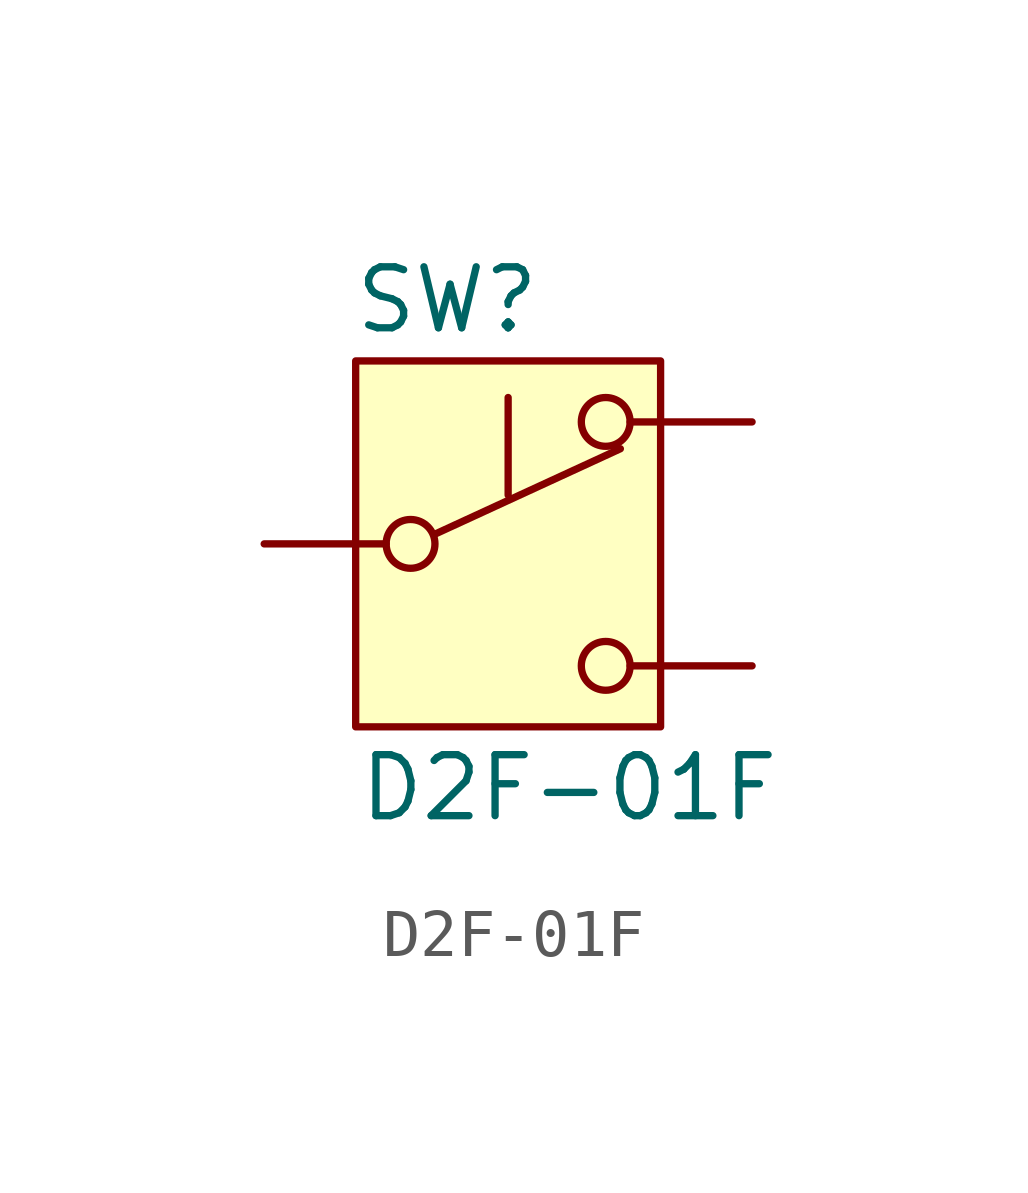
<source format=kicad_sym>
(kicad_symbol_lib
  (version 20220914)
  (generator kicad_symbol_editor)
  (symbol "D2F-01F"
    (pin_numbers hide)
    (pin_names
      (offset 0) hide)
    (property "Reference" "SW"
      (at -1.27 5.08 0)
      (effects (font (size 1.27 1.27))))
    (property "Value" "D2F-01F"
      (at 1.27 -5.08 0)
      (effects (font (size 1.27 1.27))))
    (symbol "D2F-01F_0_0"
      (circle (center -2.032 0) (radius 0.508) (stroke (width 0) (type default)) (fill (type none)))
      (polyline (pts (xy 0 1.016) (xy 0 3.048)) (stroke (width 0) (type default)) (fill (type none)))
      (circle (center 2.032 -2.54) (radius 0.508) (stroke (width 0) (type default)) (fill (type none))))
    (symbol "D2F-01F_0_1"
      (polyline (pts (xy -1.524 0.203) (xy 2.337 1.981)) (stroke (width 0) (type default)) (fill (type none)))
      (circle (center 2.032 2.54) (radius 0.508) (stroke (width 0) (type default)) (fill (type none))))
    (symbol "D2F-01F_1_1"
      (rectangle (start -3.175 3.81) (end 3.175 -3.81) (stroke (width 0) (type default)) (fill (type background)))
      (pin passive line (at -5.08 0 0) (length 2.54) (name "COM" (effects (font (size 1.27 1.27)))) (number "1" (effects (font (size 1.27 1.27)))))
      (pin passive line (at 5.08 -2.54 180) (length 2.54) (name "NO" (effects (font (size 1.27 1.27)))) (number "2" (effects (font (size 1.27 1.27)))))
      (pin passive line (at 5.08 2.54 180) (length 2.54) (name "NC" (effects (font (size 1.27 1.27)))) (number "3" (effects (font (size 1.27 1.27))))))))
</source>
